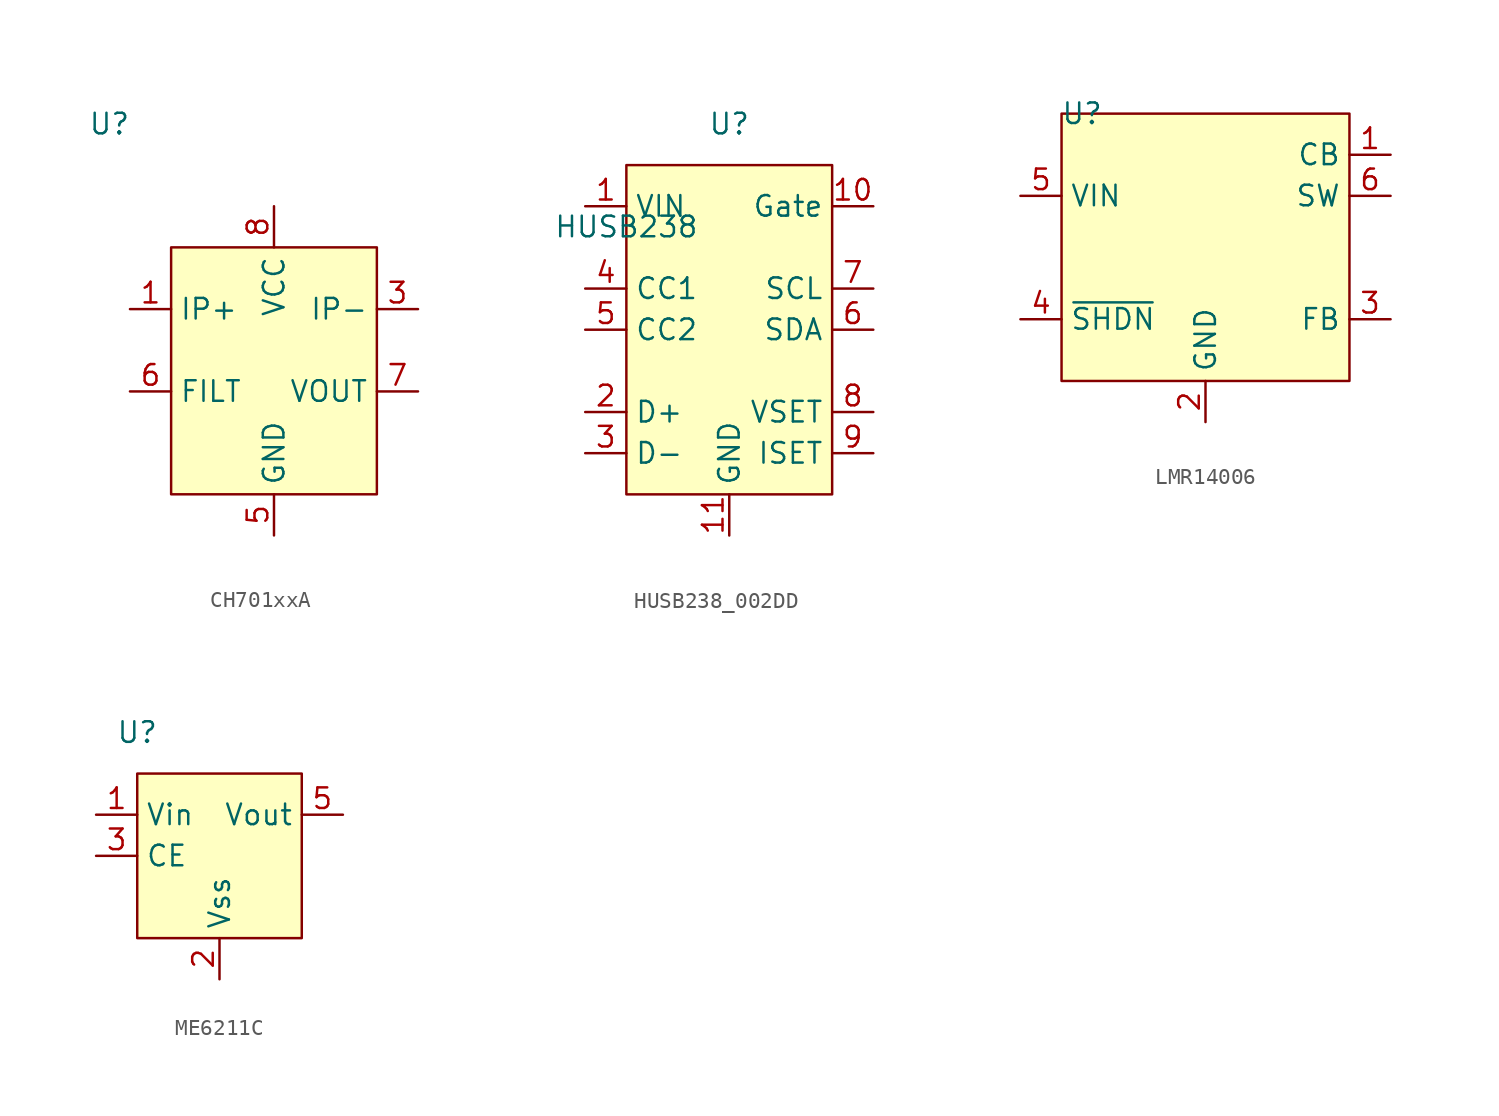
<source format=kicad_sym>
(kicad_symbol_lib
  (version 20231120)
  (generator "kicad_symbol_editor")
  (generator_version "8.0")
  (symbol "CH701xxA"
    (property "Reference" "U"
      (at -10.16 12.7 0)
      (effects (font (size 1.27 1.27))))
    (property "Value" ""
      (at 1.27 -1.27 0)
      (effects (font (size 1.27 1.27))))
    (symbol "CH701xxA_1_1"
      (rectangle (start -6.35 5.08) (end 6.35 -10.16) (stroke (width 0) (type default)) (fill (type background)))
      (pin input line (at -8.89 1.27 0) (length 2.54) (name "IP+" (effects (font (size 1.27 1.27)))) (number "1" (effects (font (size 1.27 1.27)))))
      (pin output line (at 8.89 1.27 180) (length 2.54) (name "IP-" (effects (font (size 1.27 1.27)))) (number "3" (effects (font (size 1.27 1.27)))))
      (pin power_in line (at 0 -12.7 90) (length 2.54) (name "GND" (effects (font (size 1.27 1.27)))) (number "5" (effects (font (size 1.27 1.27)))))
      (pin passive line (at -8.89 -3.81 0) (length 2.54) (name "FILT" (effects (font (size 1.27 1.27)))) (number "6" (effects (font (size 1.27 1.27)))))
      (pin output line (at 8.89 -3.81 180) (length 2.54) (name "VOUT" (effects (font (size 1.27 1.27)))) (number "7" (effects (font (size 1.27 1.27)))))
      (pin power_in line (at 0 7.62 270) (length 2.54) (name "VCC" (effects (font (size 1.27 1.27)))) (number "8" (effects (font (size 1.27 1.27)))))))
  (symbol "HUSB238_002DD"
    (property "Reference" "U"
      (at 0 10.16 0)
      (effects (font (size 1.27 1.27))))
    (property "Value" "HUSB238"
      (at -6.35 3.81 0)
      (effects (font (size 1.27 1.27))))
    (symbol "HUSB238_002DD_1_1"
      (rectangle (start -6.35 7.62) (end 6.35 -12.7) (stroke (width 0) (type default)) (fill (type background)))
      (pin power_in line (at -8.89 5.08 0) (length 2.54) (name "VIN" (effects (font (size 1.27 1.27)))) (number "1" (effects (font (size 1.27 1.27)))))
      (pin input line (at 8.89 5.08 180) (length 2.54) (name "Gate" (effects (font (size 1.27 1.27)))) (number "10" (effects (font (size 1.27 1.27)))))
      (pin power_in line (at 0 -15.24 90) (length 2.54) (name "GND" (effects (font (size 1.27 1.27)))) (number "11" (effects (font (size 1.27 1.27)))))
      (pin input line (at -8.89 -7.62 0) (length 2.54) (name "D+" (effects (font (size 1.27 1.27)))) (number "2" (effects (font (size 1.27 1.27)))))
      (pin input line (at -8.89 -10.16 0) (length 2.54) (name "D-" (effects (font (size 1.27 1.27)))) (number "3" (effects (font (size 1.27 1.27)))))
      (pin input line (at -8.89 0 0) (length 2.54) (name "CC1" (effects (font (size 1.27 1.27)))) (number "4" (effects (font (size 1.27 1.27)))))
      (pin input line (at -8.89 -2.54 0) (length 2.54) (name "CC2" (effects (font (size 1.27 1.27)))) (number "5" (effects (font (size 1.27 1.27)))))
      (pin input line (at 8.89 -2.54 180) (length 2.54) (name "SDA" (effects (font (size 1.27 1.27)))) (number "6" (effects (font (size 1.27 1.27)))))
      (pin input line (at 8.89 0 180) (length 2.54) (name "SCL" (effects (font (size 1.27 1.27)))) (number "7" (effects (font (size 1.27 1.27)))))
      (pin input line (at 8.89 -7.62 180) (length 2.54) (name "VSET" (effects (font (size 1.27 1.27)))) (number "8" (effects (font (size 1.27 1.27)))))
      (pin input line (at 8.89 -10.16 180) (length 2.54) (name "ISET" (effects (font (size 1.27 1.27)))) (number "9" (effects (font (size 1.27 1.27)))))))
  (symbol "LMR14006"
    (property "Reference" "U"
      (at -7.62 7.62 0)
      (effects (font (size 1.27 1.27))))
    (property "Value" ""
      (at 0 0 0)
      (effects (font (size 1.27 1.27))))
    (symbol "LMR14006_1_1"
      (rectangle (start -8.89 7.62) (end 8.89 -8.89) (stroke (width 0) (type default)) (fill (type background)))
      (pin input line (at 11.43 5.08 180) (length 2.54) (name "CB" (effects (font (size 1.27 1.27)))) (number "1" (effects (font (size 1.27 1.27)))))
      (pin power_in line (at 0 -11.43 90) (length 2.54) (name "GND" (effects (font (size 1.27 1.27)))) (number "2" (effects (font (size 1.27 1.27)))))
      (pin input line (at 11.43 -5.08 180) (length 2.54) (name "FB" (effects (font (size 1.27 1.27)))) (number "3" (effects (font (size 1.27 1.27)))))
      (pin input line (at -11.43 -5.08 0) (length 2.54) (name "~{SHDN}" (effects (font (size 1.27 1.27)))) (number "4" (effects (font (size 1.27 1.27)))))
      (pin power_in line (at -11.43 2.54 0) (length 2.54) (name "VIN" (effects (font (size 1.27 1.27)))) (number "5" (effects (font (size 1.27 1.27)))))
      (pin input line (at 11.43 2.54 180) (length 2.54) (name "SW" (effects (font (size 1.27 1.27)))) (number "6" (effects (font (size 1.27 1.27)))))))
  (symbol "ME6211C"
    (property "Reference" "U"
      (at -5.08 7.62 0)
      (effects (font (size 1.27 1.27))))
    (property "Value" ""
      (at 0 0 0)
      (effects (font (size 1.27 1.27))))
    (symbol "ME6211C_1_1"
      (rectangle (start -5.08 5.08) (end 5.08 -5.08) (stroke (width 0) (type default)) (fill (type background)))
      (pin power_in line (at -7.62 2.54 0) (length 2.54) (name "Vin" (effects (font (size 1.27 1.27)))) (number "1" (effects (font (size 1.27 1.27)))))
      (pin power_in line (at 0 -7.62 90) (length 2.54) (name "Vss" (effects (font (size 1.27 1.27)))) (number "2" (effects (font (size 1.27 1.27)))))
      (pin input line (at -7.62 0 0) (length 2.54) (name "CE" (effects (font (size 1.27 1.27)))) (number "3" (effects (font (size 1.27 1.27)))))
      (pin no_connect line (at 7.62 -2.54 180) (length 2.54) hide (name "NC" (effects (font (size 1.27 1.27)))) (number "4" (effects (font (size 1.27 1.27)))))
      (pin power_out line (at 7.62 2.54 180) (length 2.54) (name "Vout" (effects (font (size 1.27 1.27)))) (number "5" (effects (font (size 1.27 1.27))))))))
</source>
